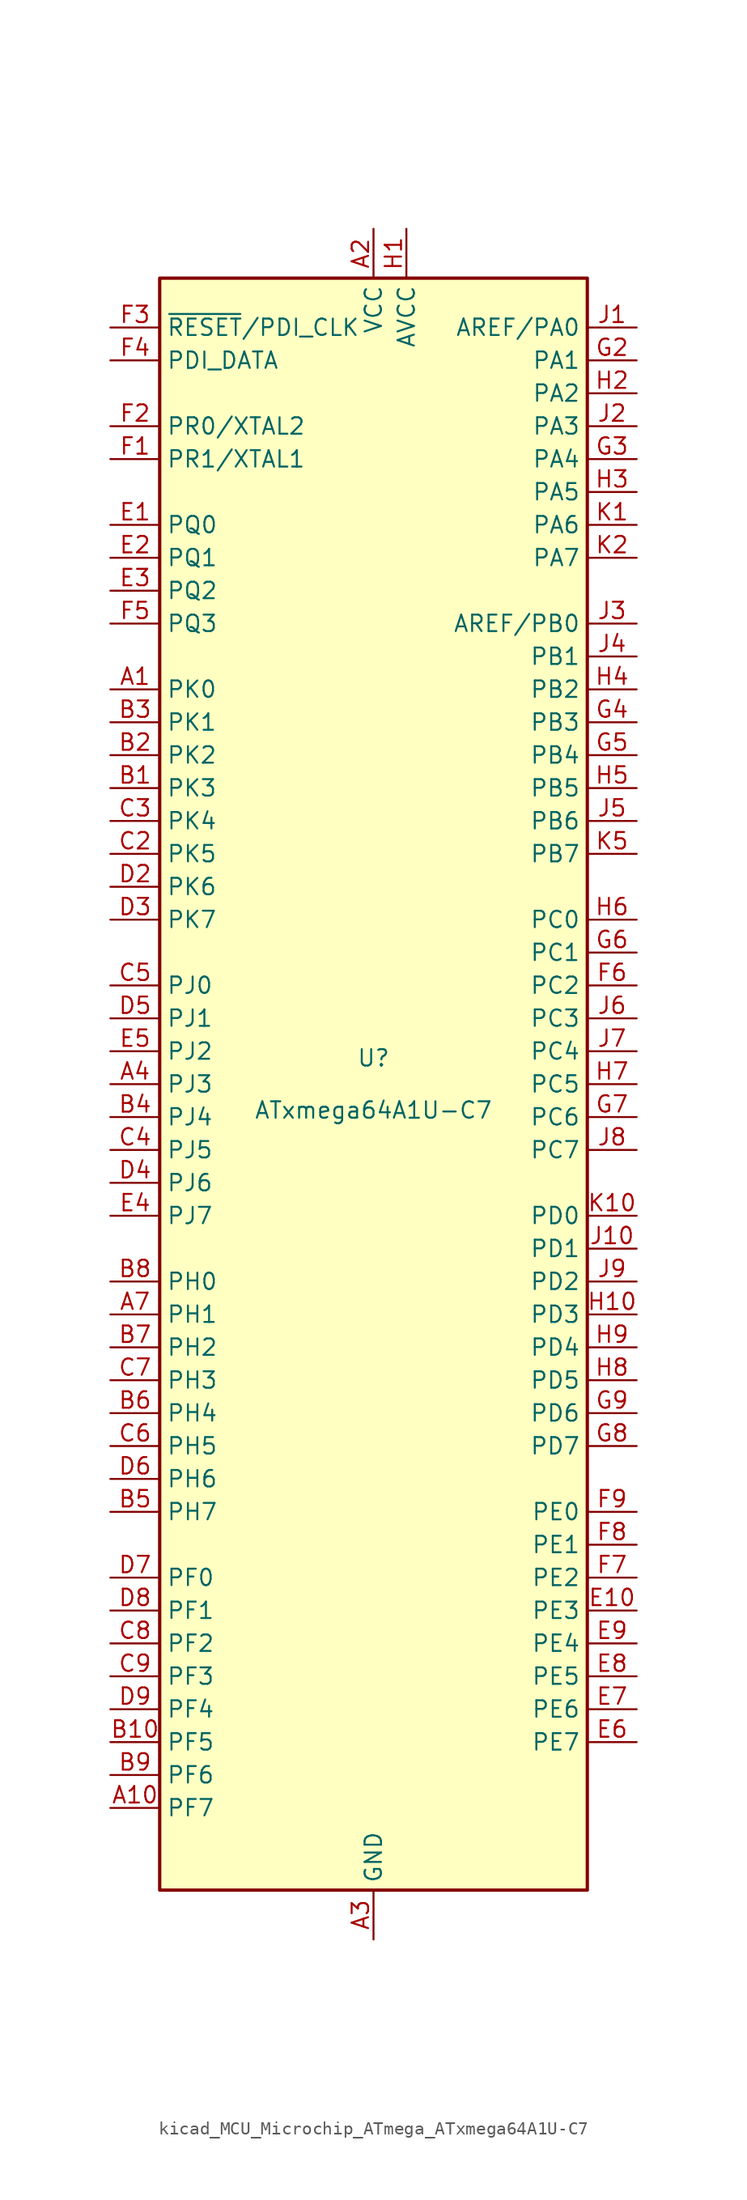
<source format=kicad_sym>
(kicad_symbol_lib
  (version 20220914)
  (generator kicad_symbol_editor)
  (symbol "kicad_MCU_Microchip_ATmega_ATxmega64A1U-C7"
    (property "Reference" "U"
      (at 0 1.27 0)
      (effects (font (size 1.27 1.27)) (justify bottom)))
    (property "Value" "ATxmega64A1U-C7"
      (at 0 -1.27 0)
      (effects (font (size 1.27 1.27)) (justify top)))
    (symbol "kicad_MCU_Microchip_ATmega_ATxmega64A1U-C7_0_1"
      (rectangle (start -16.51 -62.23) (end 16.51 62.23) (stroke (width 0.254) (type default)) (fill (type background))))
    (symbol "kicad_MCU_Microchip_ATmega_ATxmega64A1U-C7_1_1"
      (pin bidirectional line (at -20.32 30.48 0) (length 3.81) (name "PK0" (effects (font (size 1.27 1.27)))) (number "A1" (effects (font (size 1.27 1.27)))))
      (pin bidirectional line (at -20.32 -55.88 0) (length 3.81) (name "PF7" (effects (font (size 1.27 1.27)))) (number "A10" (effects (font (size 1.27 1.27)))))
      (pin power_in line (at 0 66.04 270) (length 3.81) (name "VCC" (effects (font (size 1.27 1.27)))) (number "A2" (effects (font (size 1.27 1.27)))))
      (pin power_in line (at 0 -66.04 90) (length 3.81) (name "GND" (effects (font (size 1.27 1.27)))) (number "A3" (effects (font (size 1.27 1.27)))))
      (pin bidirectional line (at -20.32 0 0) (length 3.81) (name "PJ3" (effects (font (size 1.27 1.27)))) (number "A4" (effects (font (size 1.27 1.27)))))
      (pin passive line (at 0 66.04 270) (length 3.81) hide (name "VCC" (effects (font (size 1.27 1.27)))) (number "A5" (effects (font (size 1.27 1.27)))))
      (pin passive line (at 0 -66.04 90) (length 3.81) hide (name "GND" (effects (font (size 1.27 1.27)))) (number "A6" (effects (font (size 1.27 1.27)))))
      (pin bidirectional line (at -20.32 -17.78 0) (length 3.81) (name "PH1" (effects (font (size 1.27 1.27)))) (number "A7" (effects (font (size 1.27 1.27)))))
      (pin passive line (at 0 -66.04 90) (length 3.81) hide (name "GND" (effects (font (size 1.27 1.27)))) (number "A8" (effects (font (size 1.27 1.27)))))
      (pin passive line (at 0 66.04 270) (length 3.81) hide (name "VCC" (effects (font (size 1.27 1.27)))) (number "A9" (effects (font (size 1.27 1.27)))))
      (pin bidirectional line (at -20.32 22.86 0) (length 3.81) (name "PK3" (effects (font (size 1.27 1.27)))) (number "B1" (effects (font (size 1.27 1.27)))))
      (pin bidirectional line (at -20.32 -50.8 0) (length 3.81) (name "PF5" (effects (font (size 1.27 1.27)))) (number "B10" (effects (font (size 1.27 1.27)))))
      (pin bidirectional line (at -20.32 25.4 0) (length 3.81) (name "PK2" (effects (font (size 1.27 1.27)))) (number "B2" (effects (font (size 1.27 1.27)))))
      (pin bidirectional line (at -20.32 27.94 0) (length 3.81) (name "PK1" (effects (font (size 1.27 1.27)))) (number "B3" (effects (font (size 1.27 1.27)))))
      (pin bidirectional line (at -20.32 -2.54 0) (length 3.81) (name "PJ4" (effects (font (size 1.27 1.27)))) (number "B4" (effects (font (size 1.27 1.27)))))
      (pin bidirectional line (at -20.32 -33.02 0) (length 3.81) (name "PH7" (effects (font (size 1.27 1.27)))) (number "B5" (effects (font (size 1.27 1.27)))))
      (pin bidirectional line (at -20.32 -25.4 0) (length 3.81) (name "PH4" (effects (font (size 1.27 1.27)))) (number "B6" (effects (font (size 1.27 1.27)))))
      (pin bidirectional line (at -20.32 -20.32 0) (length 3.81) (name "PH2" (effects (font (size 1.27 1.27)))) (number "B7" (effects (font (size 1.27 1.27)))))
      (pin bidirectional line (at -20.32 -15.24 0) (length 3.81) (name "PH0" (effects (font (size 1.27 1.27)))) (number "B8" (effects (font (size 1.27 1.27)))))
      (pin bidirectional line (at -20.32 -53.34 0) (length 3.81) (name "PF6" (effects (font (size 1.27 1.27)))) (number "B9" (effects (font (size 1.27 1.27)))))
      (pin passive line (at 0 66.04 270) (length 3.81) hide (name "VCC" (effects (font (size 1.27 1.27)))) (number "C1" (effects (font (size 1.27 1.27)))))
      (pin passive line (at 0 66.04 270) (length 3.81) hide (name "VCC" (effects (font (size 1.27 1.27)))) (number "C10" (effects (font (size 1.27 1.27)))))
      (pin bidirectional line (at -20.32 17.78 0) (length 3.81) (name "PK5" (effects (font (size 1.27 1.27)))) (number "C2" (effects (font (size 1.27 1.27)))))
      (pin bidirectional line (at -20.32 20.32 0) (length 3.81) (name "PK4" (effects (font (size 1.27 1.27)))) (number "C3" (effects (font (size 1.27 1.27)))))
      (pin bidirectional line (at -20.32 -5.08 0) (length 3.81) (name "PJ5" (effects (font (size 1.27 1.27)))) (number "C4" (effects (font (size 1.27 1.27)))))
      (pin bidirectional line (at -20.32 7.62 0) (length 3.81) (name "PJ0" (effects (font (size 1.27 1.27)))) (number "C5" (effects (font (size 1.27 1.27)))))
      (pin bidirectional line (at -20.32 -27.94 0) (length 3.81) (name "PH5" (effects (font (size 1.27 1.27)))) (number "C6" (effects (font (size 1.27 1.27)))))
      (pin bidirectional line (at -20.32 -22.86 0) (length 3.81) (name "PH3" (effects (font (size 1.27 1.27)))) (number "C7" (effects (font (size 1.27 1.27)))))
      (pin bidirectional line (at -20.32 -43.18 0) (length 3.81) (name "PF2" (effects (font (size 1.27 1.27)))) (number "C8" (effects (font (size 1.27 1.27)))))
      (pin bidirectional line (at -20.32 -45.72 0) (length 3.81) (name "PF3" (effects (font (size 1.27 1.27)))) (number "C9" (effects (font (size 1.27 1.27)))))
      (pin passive line (at 0 -66.04 90) (length 3.81) hide (name "GND" (effects (font (size 1.27 1.27)))) (number "D1" (effects (font (size 1.27 1.27)))))
      (pin passive line (at 0 -66.04 90) (length 3.81) hide (name "GND" (effects (font (size 1.27 1.27)))) (number "D10" (effects (font (size 1.27 1.27)))))
      (pin bidirectional line (at -20.32 15.24 0) (length 3.81) (name "PK6" (effects (font (size 1.27 1.27)))) (number "D2" (effects (font (size 1.27 1.27)))))
      (pin bidirectional line (at -20.32 12.7 0) (length 3.81) (name "PK7" (effects (font (size 1.27 1.27)))) (number "D3" (effects (font (size 1.27 1.27)))))
      (pin bidirectional line (at -20.32 -7.62 0) (length 3.81) (name "PJ6" (effects (font (size 1.27 1.27)))) (number "D4" (effects (font (size 1.27 1.27)))))
      (pin bidirectional line (at -20.32 5.08 0) (length 3.81) (name "PJ1" (effects (font (size 1.27 1.27)))) (number "D5" (effects (font (size 1.27 1.27)))))
      (pin bidirectional line (at -20.32 -30.48 0) (length 3.81) (name "PH6" (effects (font (size 1.27 1.27)))) (number "D6" (effects (font (size 1.27 1.27)))))
      (pin bidirectional line (at -20.32 -38.1 0) (length 3.81) (name "PF0" (effects (font (size 1.27 1.27)))) (number "D7" (effects (font (size 1.27 1.27)))))
      (pin bidirectional line (at -20.32 -40.64 0) (length 3.81) (name "PF1" (effects (font (size 1.27 1.27)))) (number "D8" (effects (font (size 1.27 1.27)))))
      (pin bidirectional line (at -20.32 -48.26 0) (length 3.81) (name "PF4" (effects (font (size 1.27 1.27)))) (number "D9" (effects (font (size 1.27 1.27)))))
      (pin bidirectional line (at -20.32 43.18 0) (length 3.81) (name "PQ0" (effects (font (size 1.27 1.27)))) (number "E1" (effects (font (size 1.27 1.27)))))
      (pin bidirectional line (at 20.32 -40.64 180) (length 3.81) (name "PE3" (effects (font (size 1.27 1.27)))) (number "E10" (effects (font (size 1.27 1.27)))))
      (pin bidirectional line (at -20.32 40.64 0) (length 3.81) (name "PQ1" (effects (font (size 1.27 1.27)))) (number "E2" (effects (font (size 1.27 1.27)))))
      (pin bidirectional line (at -20.32 38.1 0) (length 3.81) (name "PQ2" (effects (font (size 1.27 1.27)))) (number "E3" (effects (font (size 1.27 1.27)))))
      (pin bidirectional line (at -20.32 -10.16 0) (length 3.81) (name "PJ7" (effects (font (size 1.27 1.27)))) (number "E4" (effects (font (size 1.27 1.27)))))
      (pin bidirectional line (at -20.32 2.54 0) (length 3.81) (name "PJ2" (effects (font (size 1.27 1.27)))) (number "E5" (effects (font (size 1.27 1.27)))))
      (pin bidirectional line (at 20.32 -50.8 180) (length 3.81) (name "PE7" (effects (font (size 1.27 1.27)))) (number "E6" (effects (font (size 1.27 1.27)))))
      (pin bidirectional line (at 20.32 -48.26 180) (length 3.81) (name "PE6" (effects (font (size 1.27 1.27)))) (number "E7" (effects (font (size 1.27 1.27)))))
      (pin bidirectional line (at 20.32 -45.72 180) (length 3.81) (name "PE5" (effects (font (size 1.27 1.27)))) (number "E8" (effects (font (size 1.27 1.27)))))
      (pin bidirectional line (at 20.32 -43.18 180) (length 3.81) (name "PE4" (effects (font (size 1.27 1.27)))) (number "E9" (effects (font (size 1.27 1.27)))))
      (pin bidirectional line (at -20.32 48.26 0) (length 3.81) (name "PR1/XTAL1" (effects (font (size 1.27 1.27)))) (number "F1" (effects (font (size 1.27 1.27)))))
      (pin passive line (at 0 66.04 270) (length 3.81) hide (name "VCC" (effects (font (size 1.27 1.27)))) (number "F10" (effects (font (size 1.27 1.27)))))
      (pin bidirectional line (at -20.32 50.8 0) (length 3.81) (name "PR0/XTAL2" (effects (font (size 1.27 1.27)))) (number "F2" (effects (font (size 1.27 1.27)))))
      (pin input line (at -20.32 58.42 0) (length 3.81) (name "~{RESET}/PDI_CLK" (effects (font (size 1.27 1.27)))) (number "F3" (effects (font (size 1.27 1.27)))))
      (pin bidirectional line (at -20.32 55.88 0) (length 3.81) (name "PDI_DATA" (effects (font (size 1.27 1.27)))) (number "F4" (effects (font (size 1.27 1.27)))))
      (pin bidirectional line (at -20.32 35.56 0) (length 3.81) (name "PQ3" (effects (font (size 1.27 1.27)))) (number "F5" (effects (font (size 1.27 1.27)))))
      (pin bidirectional line (at 20.32 7.62 180) (length 3.81) (name "PC2" (effects (font (size 1.27 1.27)))) (number "F6" (effects (font (size 1.27 1.27)))))
      (pin bidirectional line (at 20.32 -38.1 180) (length 3.81) (name "PE2" (effects (font (size 1.27 1.27)))) (number "F7" (effects (font (size 1.27 1.27)))))
      (pin bidirectional line (at 20.32 -35.56 180) (length 3.81) (name "PE1" (effects (font (size 1.27 1.27)))) (number "F8" (effects (font (size 1.27 1.27)))))
      (pin bidirectional line (at 20.32 -33.02 180) (length 3.81) (name "PE0" (effects (font (size 1.27 1.27)))) (number "F9" (effects (font (size 1.27 1.27)))))
      (pin passive line (at 0 -66.04 90) (length 3.81) hide (name "GND" (effects (font (size 1.27 1.27)))) (number "G1" (effects (font (size 1.27 1.27)))))
      (pin passive line (at 0 -66.04 90) (length 3.81) hide (name "GND" (effects (font (size 1.27 1.27)))) (number "G10" (effects (font (size 1.27 1.27)))))
      (pin bidirectional line (at 20.32 55.88 180) (length 3.81) (name "PA1" (effects (font (size 1.27 1.27)))) (number "G2" (effects (font (size 1.27 1.27)))))
      (pin bidirectional line (at 20.32 48.26 180) (length 3.81) (name "PA4" (effects (font (size 1.27 1.27)))) (number "G3" (effects (font (size 1.27 1.27)))))
      (pin bidirectional line (at 20.32 27.94 180) (length 3.81) (name "PB3" (effects (font (size 1.27 1.27)))) (number "G4" (effects (font (size 1.27 1.27)))))
      (pin bidirectional line (at 20.32 25.4 180) (length 3.81) (name "PB4" (effects (font (size 1.27 1.27)))) (number "G5" (effects (font (size 1.27 1.27)))))
      (pin bidirectional line (at 20.32 10.16 180) (length 3.81) (name "PC1" (effects (font (size 1.27 1.27)))) (number "G6" (effects (font (size 1.27 1.27)))))
      (pin bidirectional line (at 20.32 -2.54 180) (length 3.81) (name "PC6" (effects (font (size 1.27 1.27)))) (number "G7" (effects (font (size 1.27 1.27)))))
      (pin bidirectional line (at 20.32 -27.94 180) (length 3.81) (name "PD7" (effects (font (size 1.27 1.27)))) (number "G8" (effects (font (size 1.27 1.27)))))
      (pin bidirectional line (at 20.32 -25.4 180) (length 3.81) (name "PD6" (effects (font (size 1.27 1.27)))) (number "G9" (effects (font (size 1.27 1.27)))))
      (pin power_in line (at 2.54 66.04 270) (length 3.81) (name "AVCC" (effects (font (size 1.27 1.27)))) (number "H1" (effects (font (size 1.27 1.27)))))
      (pin bidirectional line (at 20.32 -17.78 180) (length 3.81) (name "PD3" (effects (font (size 1.27 1.27)))) (number "H10" (effects (font (size 1.27 1.27)))))
      (pin bidirectional line (at 20.32 53.34 180) (length 3.81) (name "PA2" (effects (font (size 1.27 1.27)))) (number "H2" (effects (font (size 1.27 1.27)))))
      (pin bidirectional line (at 20.32 45.72 180) (length 3.81) (name "PA5" (effects (font (size 1.27 1.27)))) (number "H3" (effects (font (size 1.27 1.27)))))
      (pin bidirectional line (at 20.32 30.48 180) (length 3.81) (name "PB2" (effects (font (size 1.27 1.27)))) (number "H4" (effects (font (size 1.27 1.27)))))
      (pin bidirectional line (at 20.32 22.86 180) (length 3.81) (name "PB5" (effects (font (size 1.27 1.27)))) (number "H5" (effects (font (size 1.27 1.27)))))
      (pin bidirectional line (at 20.32 12.7 180) (length 3.81) (name "PC0" (effects (font (size 1.27 1.27)))) (number "H6" (effects (font (size 1.27 1.27)))))
      (pin bidirectional line (at 20.32 0 180) (length 3.81) (name "PC5" (effects (font (size 1.27 1.27)))) (number "H7" (effects (font (size 1.27 1.27)))))
      (pin bidirectional line (at 20.32 -22.86 180) (length 3.81) (name "PD5" (effects (font (size 1.27 1.27)))) (number "H8" (effects (font (size 1.27 1.27)))))
      (pin bidirectional line (at 20.32 -20.32 180) (length 3.81) (name "PD4" (effects (font (size 1.27 1.27)))) (number "H9" (effects (font (size 1.27 1.27)))))
      (pin bidirectional line (at 20.32 58.42 180) (length 3.81) (name "AREF/PA0" (effects (font (size 1.27 1.27)))) (number "J1" (effects (font (size 1.27 1.27)))))
      (pin bidirectional line (at 20.32 -12.7 180) (length 3.81) (name "PD1" (effects (font (size 1.27 1.27)))) (number "J10" (effects (font (size 1.27 1.27)))))
      (pin bidirectional line (at 20.32 50.8 180) (length 3.81) (name "PA3" (effects (font (size 1.27 1.27)))) (number "J2" (effects (font (size 1.27 1.27)))))
      (pin bidirectional line (at 20.32 35.56 180) (length 3.81) (name "AREF/PB0" (effects (font (size 1.27 1.27)))) (number "J3" (effects (font (size 1.27 1.27)))))
      (pin bidirectional line (at 20.32 33.02 180) (length 3.81) (name "PB1" (effects (font (size 1.27 1.27)))) (number "J4" (effects (font (size 1.27 1.27)))))
      (pin bidirectional line (at 20.32 20.32 180) (length 3.81) (name "PB6" (effects (font (size 1.27 1.27)))) (number "J5" (effects (font (size 1.27 1.27)))))
      (pin bidirectional line (at 20.32 5.08 180) (length 3.81) (name "PC3" (effects (font (size 1.27 1.27)))) (number "J6" (effects (font (size 1.27 1.27)))))
      (pin bidirectional line (at 20.32 2.54 180) (length 3.81) (name "PC4" (effects (font (size 1.27 1.27)))) (number "J7" (effects (font (size 1.27 1.27)))))
      (pin bidirectional line (at 20.32 -5.08 180) (length 3.81) (name "PC7" (effects (font (size 1.27 1.27)))) (number "J8" (effects (font (size 1.27 1.27)))))
      (pin bidirectional line (at 20.32 -15.24 180) (length 3.81) (name "PD2" (effects (font (size 1.27 1.27)))) (number "J9" (effects (font (size 1.27 1.27)))))
      (pin bidirectional line (at 20.32 43.18 180) (length 3.81) (name "PA6" (effects (font (size 1.27 1.27)))) (number "K1" (effects (font (size 1.27 1.27)))))
      (pin bidirectional line (at 20.32 -10.16 180) (length 3.81) (name "PD0" (effects (font (size 1.27 1.27)))) (number "K10" (effects (font (size 1.27 1.27)))))
      (pin bidirectional line (at 20.32 40.64 180) (length 3.81) (name "PA7" (effects (font (size 1.27 1.27)))) (number "K2" (effects (font (size 1.27 1.27)))))
      (pin passive line (at 0 -66.04 90) (length 3.81) hide (name "GND" (effects (font (size 1.27 1.27)))) (number "K3" (effects (font (size 1.27 1.27)))))
      (pin passive line (at 2.54 66.04 270) (length 3.81) hide (name "AVCC" (effects (font (size 1.27 1.27)))) (number "K4" (effects (font (size 1.27 1.27)))))
      (pin bidirectional line (at 20.32 17.78 180) (length 3.81) (name "PB7" (effects (font (size 1.27 1.27)))) (number "K5" (effects (font (size 1.27 1.27)))))
      (pin passive line (at 0 66.04 270) (length 3.81) hide (name "VCC" (effects (font (size 1.27 1.27)))) (number "K6" (effects (font (size 1.27 1.27)))))
      (pin passive line (at 0 -66.04 90) (length 3.81) hide (name "GND" (effects (font (size 1.27 1.27)))) (number "K7" (effects (font (size 1.27 1.27)))))
      (pin passive line (at 0 66.04 270) (length 3.81) hide (name "VCC" (effects (font (size 1.27 1.27)))) (number "K8" (effects (font (size 1.27 1.27)))))
      (pin passive line (at 0 -66.04 90) (length 3.81) hide (name "GND" (effects (font (size 1.27 1.27)))) (number "K9" (effects (font (size 1.27 1.27))))))))
</source>
